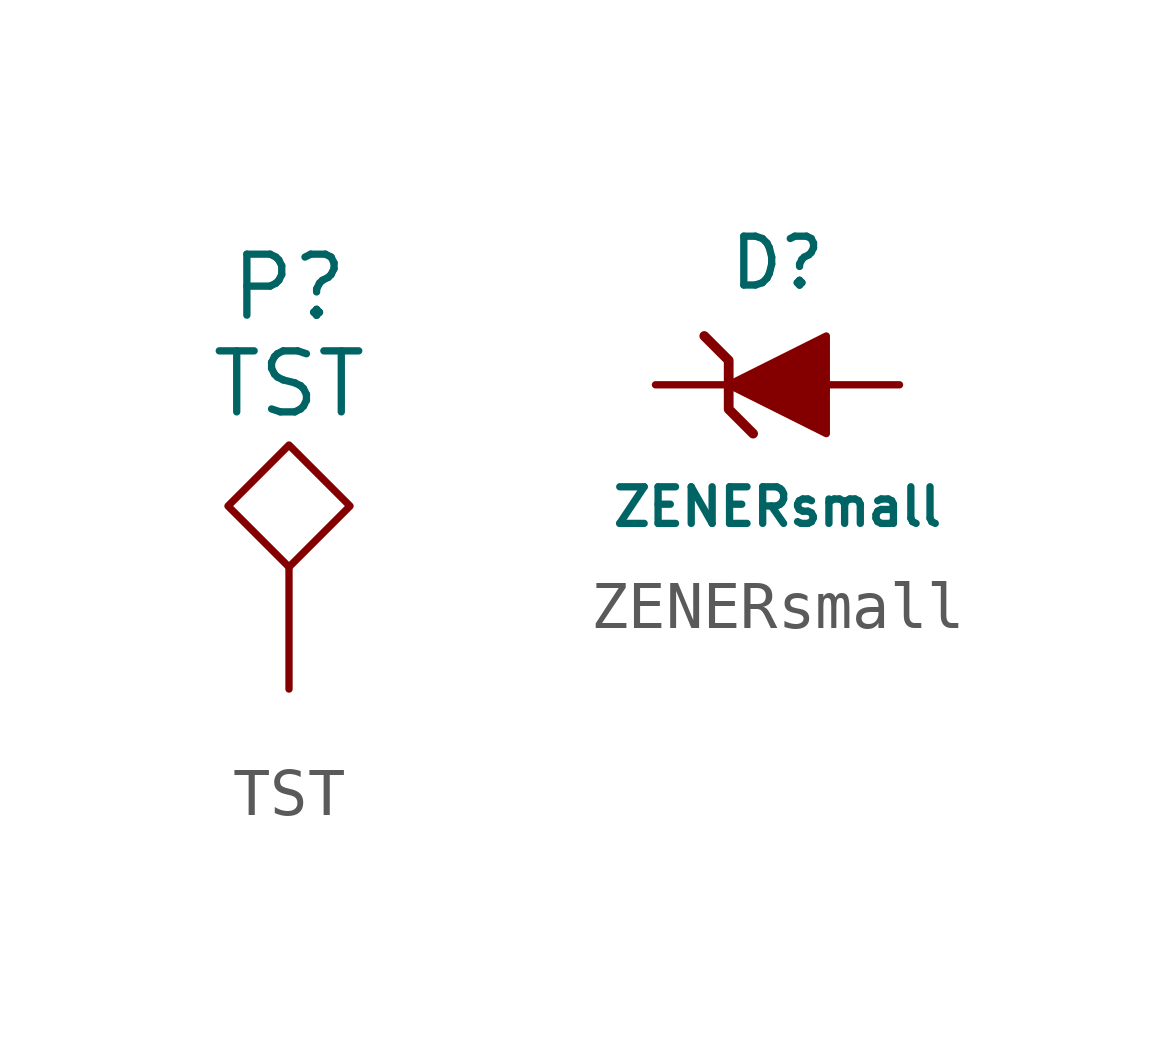
<source format=kicad_sym>
(kicad_symbol_lib
  (version 20211014)
  (generator kicad_symbol_editor)
  (symbol "TST"
    (pin_numbers hide)
    (pin_names
      (offset 1.016) hide)
    (property "Reference" "P"
      (at 0 7.62 0)
      (effects (font (size 1.27 1.27)) (justify bottom)))
    (property "Value" "TST"
      (at 0 6.35 0)
      (effects (font (size 1.27 1.27))))
    (property "Footprint" ""
      (at 0 0 0)
      (effects (font (size 1.524 1.524))))
    (property "Datasheet" ""
      (at 0 0 0)
      (effects (font (size 1.524 1.524))))
    (symbol "TST_0_1"
      (polyline (pts (xy 0 5.08) (xy -1.27 3.81) (xy 0 2.54) (xy 1.27 3.81) (xy 0 5.08) (xy 0 5.08)) (stroke (width 0) (type default) (color 0 0 0 0)) (fill (type none))))
    (symbol "TST_1_1"
      (pin passive line (at 0 0 90) (length 2.54) (name "~" (effects (font (size 1.016 1.016)))) (number "1" (effects (font (size 1.016 1.016)))))))
  (symbol "ZENERsmall"
    (pin_numbers hide)
    (pin_names
      (offset 1.016) hide)
    (property "Reference" "D"
      (at 0 2.54 0)
      (effects (font (size 1.016 1.016))))
    (property "Value" "ZENERsmall"
      (at 0 -2.54 0)
      (effects (font (size 0.762 0.762))))
    (property "Footprint" ""
      (at 0 0 0)
      (effects (font (size 1.524 1.524))))
    (property "Datasheet" ""
      (at 0 0 0)
      (effects (font (size 1.524 1.524))))
    (symbol "ZENERsmall_0_1"
      (polyline (pts (xy -1.524 1.016) (xy -1.016 0.508) (xy -1.016 -0.508) (xy -0.508 -1.016)) (stroke (width 0.203) (type default) (color 0 0 0 0)) (fill (type none)))
      (polyline (pts (xy 1.016 1.016) (xy -1.016 0) (xy 1.016 -1.016) (xy 1.016 1.016)) (stroke (width 0) (type default) (color 0 0 0 0)) (fill (type outline))))
    (symbol "ZENERsmall_1_1"
      (pin passive line (at -2.54 0 0) (length 1.524) (name "K" (effects (font (size 1.016 1.016)))) (number "1" (effects (font (size 1.016 1.016)))))
      (pin passive line (at 2.54 0 180) (length 1.524) (name "A" (effects (font (size 1.016 1.016)))) (number "2" (effects (font (size 1.016 1.016))))))))
</source>
